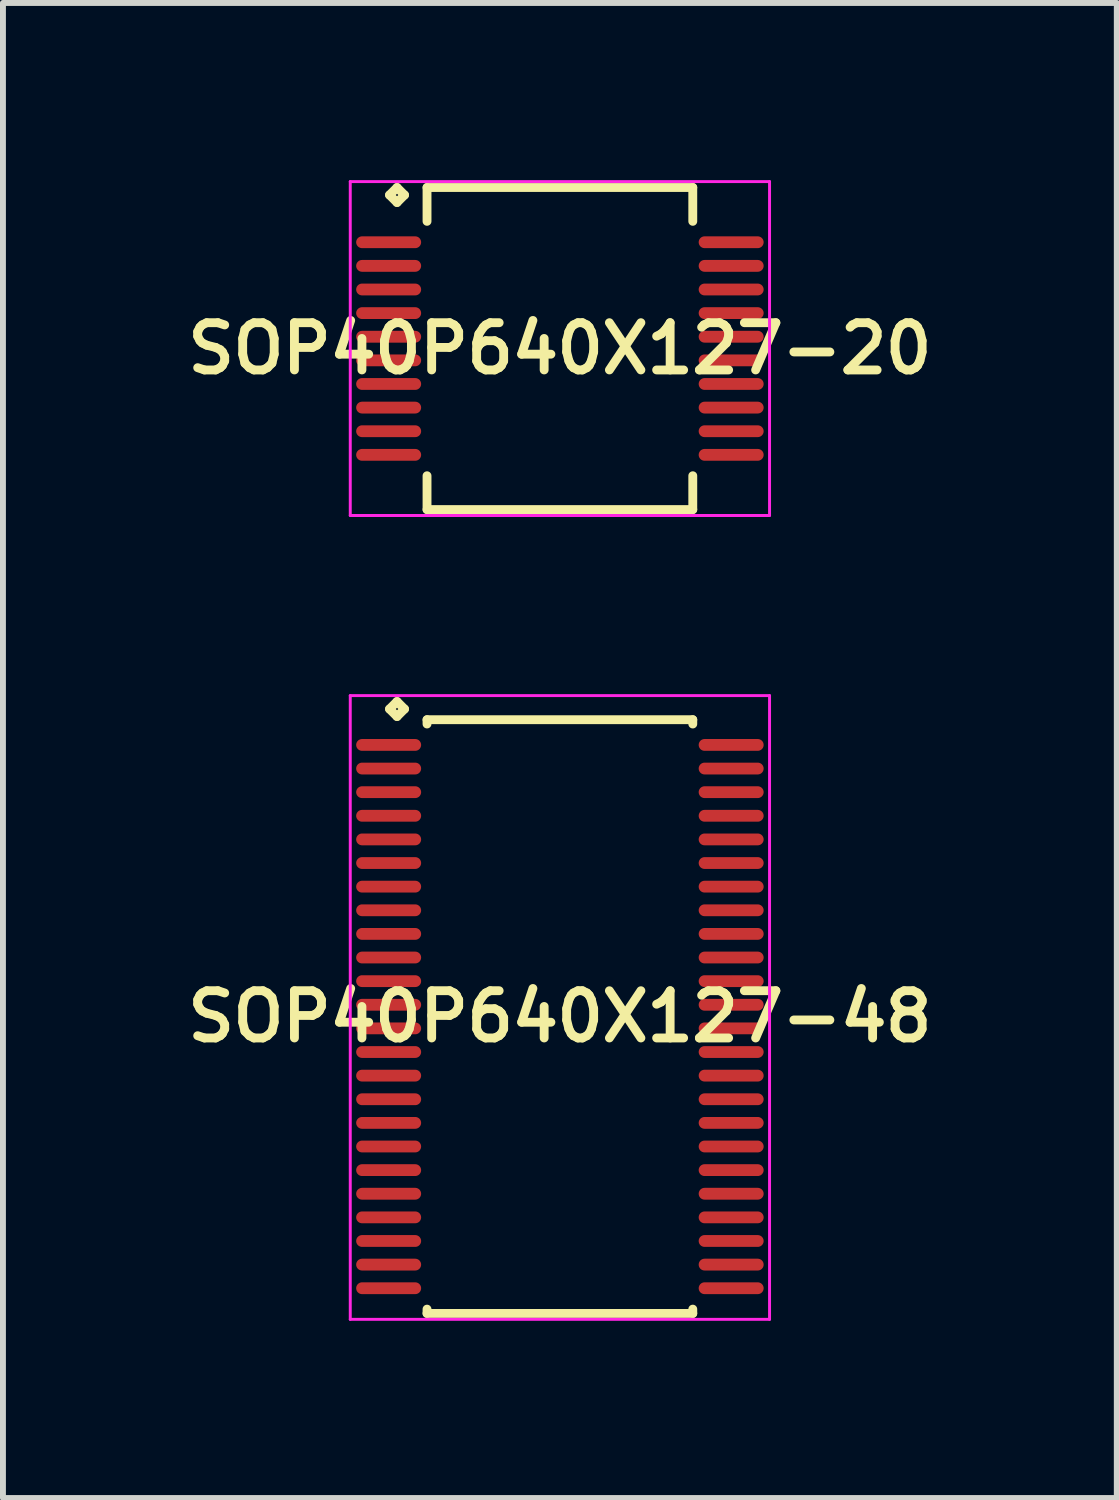
<source format=kicad_pcb>
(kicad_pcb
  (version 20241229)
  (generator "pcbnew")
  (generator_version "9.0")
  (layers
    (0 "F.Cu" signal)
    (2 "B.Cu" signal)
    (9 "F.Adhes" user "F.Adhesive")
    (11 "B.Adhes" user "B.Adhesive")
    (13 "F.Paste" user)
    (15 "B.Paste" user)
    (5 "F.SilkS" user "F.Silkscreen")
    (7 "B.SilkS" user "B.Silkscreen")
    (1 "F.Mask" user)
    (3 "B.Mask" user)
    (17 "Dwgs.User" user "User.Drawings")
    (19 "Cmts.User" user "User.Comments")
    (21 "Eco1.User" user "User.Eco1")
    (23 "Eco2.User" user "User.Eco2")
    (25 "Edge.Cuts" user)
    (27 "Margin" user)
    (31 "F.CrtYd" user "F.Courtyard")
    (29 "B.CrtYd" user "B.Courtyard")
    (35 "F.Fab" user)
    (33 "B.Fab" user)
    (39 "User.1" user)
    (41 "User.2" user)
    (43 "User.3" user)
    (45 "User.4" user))
  (footprint "SOP40P640X127-48"
    (layer "F.Cu")
    (at 6.431 14.164)
    (property "Reference" "SOP40P640X127-48" (at 0 0 0) (layer "F.SilkS") (effects (font (size 0.8 0.8) (thickness 0.15))))
    (attr smd)
    (fp_line (start -2.885 -5.208) (end -2.758 -5.335) (stroke (width 0.15) (type solid)) (layer "F.SilkS"))
    (fp_line (start -2.758 -5.335) (end -2.631 -5.208) (stroke (width 0.15) (type solid)) (layer "F.SilkS"))
    (fp_line (start -2.758 -5.081) (end -2.885 -5.208) (stroke (width 0.15) (type solid)) (layer "F.SilkS"))
    (fp_line (start -2.631 -5.208) (end -2.758 -5.081) (stroke (width 0.15) (type solid)) (layer "F.SilkS"))
    (fp_line (start -2.25 -5.027) (end 2.25 -5.027) (stroke (width 0.15) (type solid)) (layer "F.SilkS"))
    (fp_line (start -2.25 -4.954) (end -2.25 -5.027) (stroke (width 0.15) (type solid)) (layer "F.SilkS"))
    (fp_line (start -2.25 4.954) (end -2.25 5.027) (stroke (width 0.15) (type solid)) (layer "F.SilkS"))
    (fp_line (start -2.25 5.027) (end 2.25 5.027) (stroke (width 0.15) (type solid)) (layer "F.SilkS"))
    (fp_line (start 2.25 -5.027) (end 2.25 -4.954) (stroke (width 0.15) (type solid)) (layer "F.SilkS"))
    (fp_line (start 2.25 5.027) (end 2.25 4.954) (stroke (width 0.15) (type solid)) (layer "F.SilkS"))
    (fp_line (start -3.55 -5.435) (end 3.55 -5.435) (stroke (width 0.05) (type solid)) (layer "F.CrtYd"))
    (fp_line (start -3.55 5.127) (end -3.55 -5.435) (stroke (width 0.05) (type solid)) (layer "F.CrtYd"))
    (fp_line (start 3.55 -5.435) (end 3.55 5.127) (stroke (width 0.05) (type solid)) (layer "F.CrtYd"))
    (fp_line (start 3.55 5.127) (end -3.55 5.127) (stroke (width 0.05) (type solid)) (layer "F.CrtYd"))
    (pad "1" smd oval (at -2.9 -4.6) (size 1.1 0.2) (layers "F.Cu" "F.Mask" "F.Paste"))
    (pad "2" smd oval (at -2.9 -4.2) (size 1.1 0.2) (layers "F.Cu" "F.Mask" "F.Paste"))
    (pad "3" smd oval (at -2.9 -3.8) (size 1.1 0.2) (layers "F.Cu" "F.Mask" "F.Paste"))
    (pad "4" smd oval (at -2.9 -3.4) (size 1.1 0.2) (layers "F.Cu" "F.Mask" "F.Paste"))
    (pad "5" smd oval (at -2.9 -3) (size 1.1 0.2) (layers "F.Cu" "F.Mask" "F.Paste"))
    (pad "6" smd oval (at -2.9 -2.6) (size 1.1 0.2) (layers "F.Cu" "F.Mask" "F.Paste"))
    (pad "7" smd oval (at -2.9 -2.2) (size 1.1 0.2) (layers "F.Cu" "F.Mask" "F.Paste"))
    (pad "8" smd oval (at -2.9 -1.8) (size 1.1 0.2) (layers "F.Cu" "F.Mask" "F.Paste"))
    (pad "9" smd oval (at -2.9 -1.4) (size 1.1 0.2) (layers "F.Cu" "F.Mask" "F.Paste"))
    (pad "10" smd oval (at -2.9 -1) (size 1.1 0.2) (layers "F.Cu" "F.Mask" "F.Paste"))
    (pad "11" smd oval (at -2.9 -0.6) (size 1.1 0.2) (layers "F.Cu" "F.Mask" "F.Paste"))
    (pad "12" smd oval (at -2.9 -0.2) (size 1.1 0.2) (layers "F.Cu" "F.Mask" "F.Paste"))
    (pad "13" smd oval (at -2.9 0.2) (size 1.1 0.2) (layers "F.Cu" "F.Mask" "F.Paste"))
    (pad "14" smd oval (at -2.9 0.6) (size 1.1 0.2) (layers "F.Cu" "F.Mask" "F.Paste"))
    (pad "15" smd oval (at -2.9 1) (size 1.1 0.2) (layers "F.Cu" "F.Mask" "F.Paste"))
    (pad "16" smd oval (at -2.9 1.4) (size 1.1 0.2) (layers "F.Cu" "F.Mask" "F.Paste"))
    (pad "17" smd oval (at -2.9 1.8) (size 1.1 0.2) (layers "F.Cu" "F.Mask" "F.Paste"))
    (pad "18" smd oval (at -2.9 2.2) (size 1.1 0.2) (layers "F.Cu" "F.Mask" "F.Paste"))
    (pad "19" smd oval (at -2.9 2.6) (size 1.1 0.2) (layers "F.Cu" "F.Mask" "F.Paste"))
    (pad "20" smd oval (at -2.9 3) (size 1.1 0.2) (layers "F.Cu" "F.Mask" "F.Paste"))
    (pad "21" smd oval (at -2.9 3.4) (size 1.1 0.2) (layers "F.Cu" "F.Mask" "F.Paste"))
    (pad "22" smd oval (at -2.9 3.8) (size 1.1 0.2) (layers "F.Cu" "F.Mask" "F.Paste"))
    (pad "23" smd oval (at -2.9 4.2) (size 1.1 0.2) (layers "F.Cu" "F.Mask" "F.Paste"))
    (pad "24" smd oval (at -2.9 4.6) (size 1.1 0.2) (layers "F.Cu" "F.Mask" "F.Paste"))
    (pad "25" smd oval (at 2.9 4.6) (size 1.1 0.2) (layers "F.Cu" "F.Mask" "F.Paste"))
    (pad "26" smd oval (at 2.9 4.2) (size 1.1 0.2) (layers "F.Cu" "F.Mask" "F.Paste"))
    (pad "27" smd oval (at 2.9 3.8) (size 1.1 0.2) (layers "F.Cu" "F.Mask" "F.Paste"))
    (pad "28" smd oval (at 2.9 3.4) (size 1.1 0.2) (layers "F.Cu" "F.Mask" "F.Paste"))
    (pad "29" smd oval (at 2.9 3) (size 1.1 0.2) (layers "F.Cu" "F.Mask" "F.Paste"))
    (pad "30" smd oval (at 2.9 2.6) (size 1.1 0.2) (layers "F.Cu" "F.Mask" "F.Paste"))
    (pad "31" smd oval (at 2.9 2.2) (size 1.1 0.2) (layers "F.Cu" "F.Mask" "F.Paste"))
    (pad "32" smd oval (at 2.9 1.8) (size 1.1 0.2) (layers "F.Cu" "F.Mask" "F.Paste"))
    (pad "33" smd oval (at 2.9 1.4) (size 1.1 0.2) (layers "F.Cu" "F.Mask" "F.Paste"))
    (pad "34" smd oval (at 2.9 1) (size 1.1 0.2) (layers "F.Cu" "F.Mask" "F.Paste"))
    (pad "35" smd oval (at 2.9 0.6) (size 1.1 0.2) (layers "F.Cu" "F.Mask" "F.Paste"))
    (pad "36" smd oval (at 2.9 0.2) (size 1.1 0.2) (layers "F.Cu" "F.Mask" "F.Paste"))
    (pad "37" smd oval (at 2.9 -0.2) (size 1.1 0.2) (layers "F.Cu" "F.Mask" "F.Paste"))
    (pad "38" smd oval (at 2.9 -0.6) (size 1.1 0.2) (layers "F.Cu" "F.Mask" "F.Paste"))
    (pad "39" smd oval (at 2.9 -1) (size 1.1 0.2) (layers "F.Cu" "F.Mask" "F.Paste"))
    (pad "40" smd oval (at 2.9 -1.4) (size 1.1 0.2) (layers "F.Cu" "F.Mask" "F.Paste"))
    (pad "41" smd oval (at 2.9 -1.8) (size 1.1 0.2) (layers "F.Cu" "F.Mask" "F.Paste"))
    (pad "42" smd oval (at 2.9 -2.2) (size 1.1 0.2) (layers "F.Cu" "F.Mask" "F.Paste"))
    (pad "43" smd oval (at 2.9 -2.6) (size 1.1 0.2) (layers "F.Cu" "F.Mask" "F.Paste"))
    (pad "44" smd oval (at 2.9 -3) (size 1.1 0.2) (layers "F.Cu" "F.Mask" "F.Paste"))
    (pad "45" smd oval (at 2.9 -3.4) (size 1.1 0.2) (layers "F.Cu" "F.Mask" "F.Paste"))
    (pad "46" smd oval (at 2.9 -3.8) (size 1.1 0.2) (layers "F.Cu" "F.Mask" "F.Paste"))
    (pad "47" smd oval (at 2.9 -4.2) (size 1.1 0.2) (layers "F.Cu" "F.Mask" "F.Paste"))
    (pad "48" smd oval (at 2.9 -4.6) (size 1.1 0.2) (layers "F.Cu" "F.Mask" "F.Paste")))
  (footprint "SOP40P640X127-20"
    (layer "F.Cu")
    (at 6.431 2.852)
    (property "Reference" "SOP40P640X127-20" (at 0 0 0) (layer "F.SilkS") (effects (font (size 0.8 0.8) (thickness 0.15))))
    (attr smd)
    (fp_line (start -2.885 -2.6) (end -2.758 -2.727) (stroke (width 0.15) (type solid)) (layer "F.SilkS"))
    (fp_line (start -2.758 -2.727) (end -2.631 -2.6) (stroke (width 0.15) (type solid)) (layer "F.SilkS"))
    (fp_line (start -2.758 -2.473) (end -2.885 -2.6) (stroke (width 0.15) (type solid)) (layer "F.SilkS"))
    (fp_line (start -2.631 -2.6) (end -2.758 -2.473) (stroke (width 0.15) (type solid)) (layer "F.SilkS"))
    (fp_line (start -2.25 -2.727) (end 2.25 -2.727) (stroke (width 0.15) (type solid)) (layer "F.SilkS"))
    (fp_line (start -2.25 -2.154) (end -2.25 -2.727) (stroke (width 0.15) (type solid)) (layer "F.SilkS"))
    (fp_line (start -2.25 2.154) (end -2.25 2.727) (stroke (width 0.15) (type solid)) (layer "F.SilkS"))
    (fp_line (start -2.25 2.727) (end 2.25 2.727) (stroke (width 0.15) (type solid)) (layer "F.SilkS"))
    (fp_line (start 2.25 -2.727) (end 2.25 -2.154) (stroke (width 0.15) (type solid)) (layer "F.SilkS"))
    (fp_line (start 2.25 2.727) (end 2.25 2.154) (stroke (width 0.15) (type solid)) (layer "F.SilkS"))
    (fp_line (start -3.55 -2.827) (end 3.55 -2.827) (stroke (width 0.05) (type solid)) (layer "F.CrtYd"))
    (fp_line (start -3.55 2.827) (end -3.55 -2.827) (stroke (width 0.05) (type solid)) (layer "F.CrtYd"))
    (fp_line (start 3.55 -2.827) (end 3.55 2.827) (stroke (width 0.05) (type solid)) (layer "F.CrtYd"))
    (fp_line (start 3.55 2.827) (end -3.55 2.827) (stroke (width 0.05) (type solid)) (layer "F.CrtYd"))
    (pad "1" smd oval (at -2.9 -1.8) (size 1.1 0.2) (layers "F.Cu" "F.Mask" "F.Paste"))
    (pad "2" smd oval (at -2.9 -1.4) (size 1.1 0.2) (layers "F.Cu" "F.Mask" "F.Paste"))
    (pad "3" smd oval (at -2.9 -1) (size 1.1 0.2) (layers "F.Cu" "F.Mask" "F.Paste"))
    (pad "4" smd oval (at -2.9 -0.6) (size 1.1 0.2) (layers "F.Cu" "F.Mask" "F.Paste"))
    (pad "5" smd oval (at -2.9 -0.2) (size 1.1 0.2) (layers "F.Cu" "F.Mask" "F.Paste"))
    (pad "6" smd oval (at -2.9 0.2) (size 1.1 0.2) (layers "F.Cu" "F.Mask" "F.Paste"))
    (pad "7" smd oval (at -2.9 0.6) (size 1.1 0.2) (layers "F.Cu" "F.Mask" "F.Paste"))
    (pad "8" smd oval (at -2.9 1) (size 1.1 0.2) (layers "F.Cu" "F.Mask" "F.Paste"))
    (pad "9" smd oval (at -2.9 1.4) (size 1.1 0.2) (layers "F.Cu" "F.Mask" "F.Paste"))
    (pad "10" smd oval (at -2.9 1.8) (size 1.1 0.2) (layers "F.Cu" "F.Mask" "F.Paste"))
    (pad "11" smd oval (at 2.9 1.8) (size 1.1 0.2) (layers "F.Cu" "F.Mask" "F.Paste"))
    (pad "12" smd oval (at 2.9 1.4) (size 1.1 0.2) (layers "F.Cu" "F.Mask" "F.Paste"))
    (pad "13" smd oval (at 2.9 1) (size 1.1 0.2) (layers "F.Cu" "F.Mask" "F.Paste"))
    (pad "14" smd oval (at 2.9 0.6) (size 1.1 0.2) (layers "F.Cu" "F.Mask" "F.Paste"))
    (pad "15" smd oval (at 2.9 0.2) (size 1.1 0.2) (layers "F.Cu" "F.Mask" "F.Paste"))
    (pad "16" smd oval (at 2.9 -0.2) (size 1.1 0.2) (layers "F.Cu" "F.Mask" "F.Paste"))
    (pad "17" smd oval (at 2.9 -0.6) (size 1.1 0.2) (layers "F.Cu" "F.Mask" "F.Paste"))
    (pad "18" smd oval (at 2.9 -1) (size 1.1 0.2) (layers "F.Cu" "F.Mask" "F.Paste"))
    (pad "19" smd oval (at 2.9 -1.4) (size 1.1 0.2) (layers "F.Cu" "F.Mask" "F.Paste"))
    (pad "20" smd oval (at 2.9 -1.8) (size 1.1 0.2) (layers "F.Cu" "F.Mask" "F.Paste")))
  (gr_rect
    (start -3 -3)
    (end 15.861 22.316)
    (stroke (width 0.1) (type default))
    (fill no)
    (layer "Edge.Cuts")))
</source>
